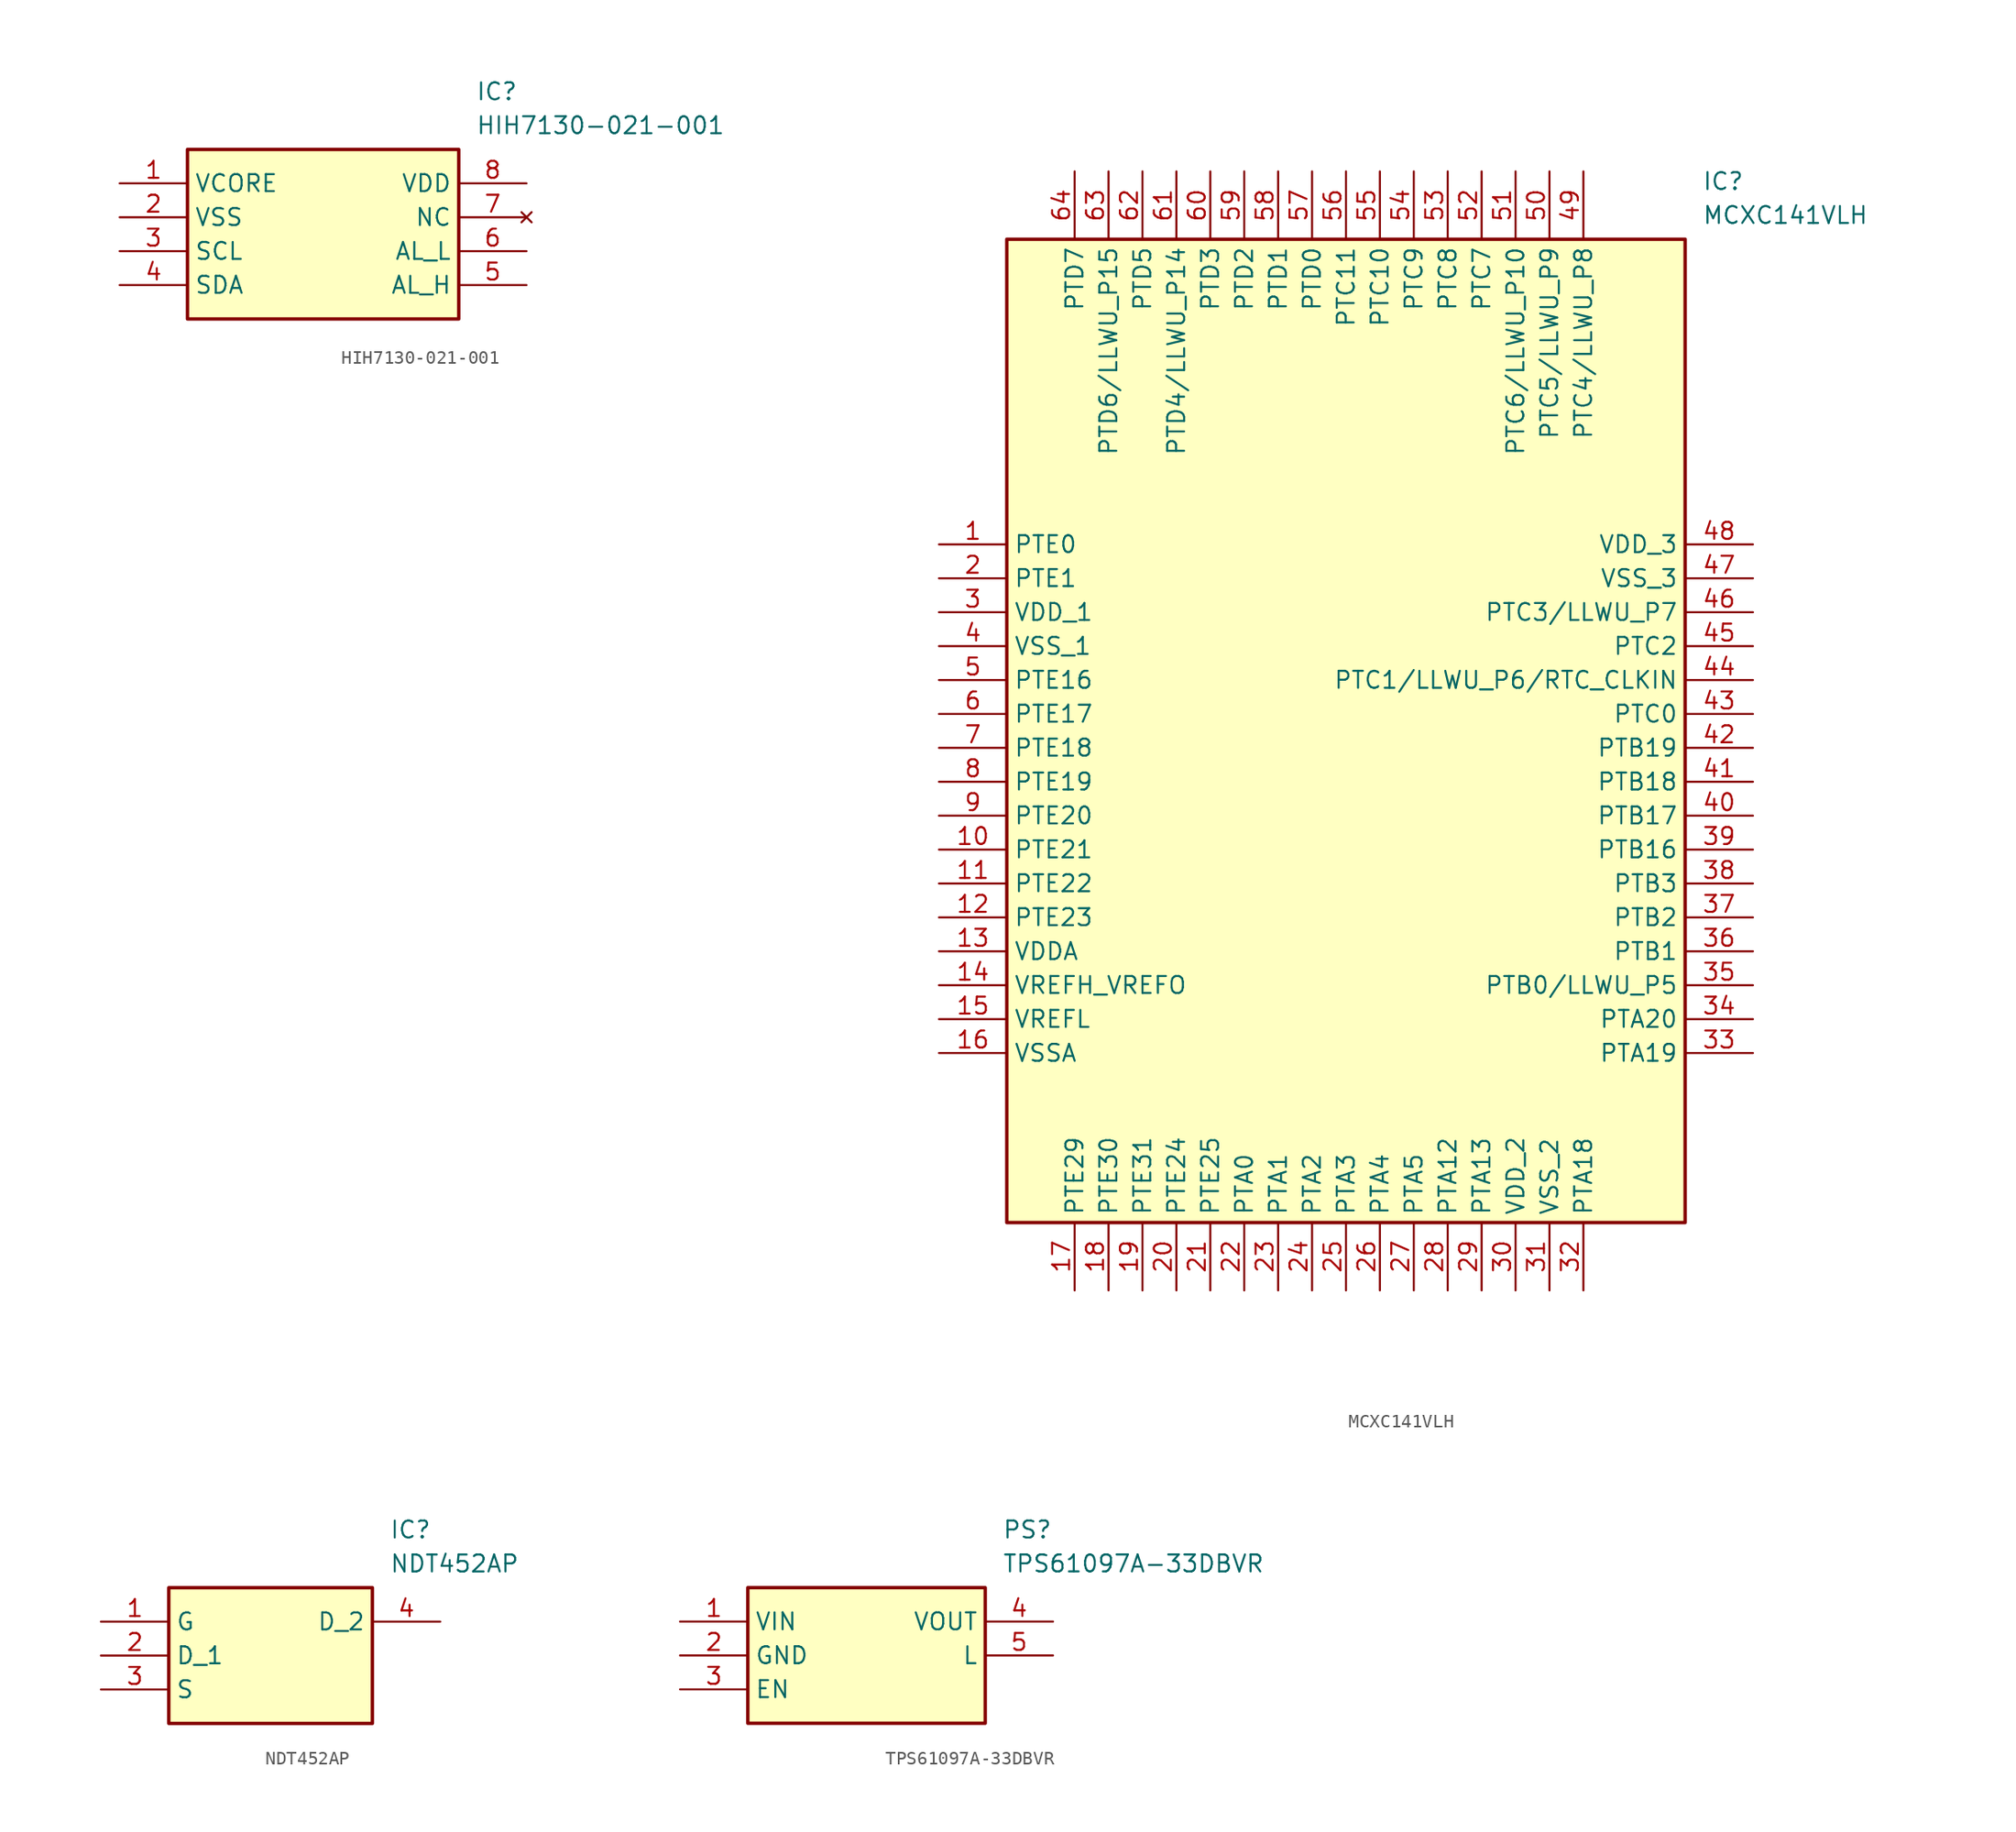
<source format=kicad_sym>
(kicad_symbol_lib
  (version 20231120)
  (generator "kicad_symbol_editor")
  (generator_version "8.0")
  (symbol "HIH7130-021-001"
    (property "Reference" "IC"
      (at 26.67 7.62 0)
      (effects (font (size 1.27 1.27)) (justify left top)))
    (property "Value" "HIH7130-021-001"
      (at 26.67 5.08 0)
      (effects (font (size 1.27 1.27)) (justify left top)))
    (symbol "HIH7130-021-001_1_1"
      (rectangle (start 5.08 2.54) (end 25.4 -10.16) (stroke (width 0.254) (type default)) (fill (type background)))
      (pin passive line (at 0 0 0) (length 5.08) (name "VCORE" (effects (font (size 1.27 1.27)))) (number "1" (effects (font (size 1.27 1.27)))))
      (pin passive line (at 0 -2.54 0) (length 5.08) (name "VSS" (effects (font (size 1.27 1.27)))) (number "2" (effects (font (size 1.27 1.27)))))
      (pin passive line (at 0 -5.08 0) (length 5.08) (name "SCL" (effects (font (size 1.27 1.27)))) (number "3" (effects (font (size 1.27 1.27)))))
      (pin passive line (at 0 -7.62 0) (length 5.08) (name "SDA" (effects (font (size 1.27 1.27)))) (number "4" (effects (font (size 1.27 1.27)))))
      (pin passive line (at 30.48 -7.62 180) (length 5.08) (name "AL_H" (effects (font (size 1.27 1.27)))) (number "5" (effects (font (size 1.27 1.27)))))
      (pin passive line (at 30.48 -5.08 180) (length 5.08) (name "AL_L" (effects (font (size 1.27 1.27)))) (number "6" (effects (font (size 1.27 1.27)))))
      (pin no_connect line (at 30.48 -2.54 180) (length 5.08) (name "NC" (effects (font (size 1.27 1.27)))) (number "7" (effects (font (size 1.27 1.27)))))
      (pin passive line (at 30.48 0 180) (length 5.08) (name "VDD" (effects (font (size 1.27 1.27)))) (number "8" (effects (font (size 1.27 1.27)))))))
  (symbol "MCXC141VLH"
    (property "Reference" "IC"
      (at 57.15 27.94 0)
      (effects (font (size 1.27 1.27)) (justify left top)))
    (property "Value" "MCXC141VLH"
      (at 57.15 25.4 0)
      (effects (font (size 1.27 1.27)) (justify left top)))
    (symbol "MCXC141VLH_1_1"
      (rectangle (start 5.08 22.86) (end 55.88 -50.8) (stroke (width 0.254) (type default)) (fill (type background)))
      (pin passive line (at 0 0 0) (length 5.08) (name "PTE0" (effects (font (size 1.27 1.27)))) (number "1" (effects (font (size 1.27 1.27)))))
      (pin passive line (at 0 -22.86 0) (length 5.08) (name "PTE21" (effects (font (size 1.27 1.27)))) (number "10" (effects (font (size 1.27 1.27)))))
      (pin passive line (at 0 -25.4 0) (length 5.08) (name "PTE22" (effects (font (size 1.27 1.27)))) (number "11" (effects (font (size 1.27 1.27)))))
      (pin passive line (at 0 -27.94 0) (length 5.08) (name "PTE23" (effects (font (size 1.27 1.27)))) (number "12" (effects (font (size 1.27 1.27)))))
      (pin passive line (at 0 -30.48 0) (length 5.08) (name "VDDA" (effects (font (size 1.27 1.27)))) (number "13" (effects (font (size 1.27 1.27)))))
      (pin passive line (at 0 -33.02 0) (length 5.08) (name "VREFH_VREFO" (effects (font (size 1.27 1.27)))) (number "14" (effects (font (size 1.27 1.27)))))
      (pin passive line (at 0 -35.56 0) (length 5.08) (name "VREFL" (effects (font (size 1.27 1.27)))) (number "15" (effects (font (size 1.27 1.27)))))
      (pin passive line (at 0 -38.1 0) (length 5.08) (name "VSSA" (effects (font (size 1.27 1.27)))) (number "16" (effects (font (size 1.27 1.27)))))
      (pin passive line (at 10.16 -55.88 90) (length 5.08) (name "PTE29" (effects (font (size 1.27 1.27)))) (number "17" (effects (font (size 1.27 1.27)))))
      (pin passive line (at 12.7 -55.88 90) (length 5.08) (name "PTE30" (effects (font (size 1.27 1.27)))) (number "18" (effects (font (size 1.27 1.27)))))
      (pin passive line (at 15.24 -55.88 90) (length 5.08) (name "PTE31" (effects (font (size 1.27 1.27)))) (number "19" (effects (font (size 1.27 1.27)))))
      (pin passive line (at 0 -2.54 0) (length 5.08) (name "PTE1" (effects (font (size 1.27 1.27)))) (number "2" (effects (font (size 1.27 1.27)))))
      (pin passive line (at 17.78 -55.88 90) (length 5.08) (name "PTE24" (effects (font (size 1.27 1.27)))) (number "20" (effects (font (size 1.27 1.27)))))
      (pin passive line (at 20.32 -55.88 90) (length 5.08) (name "PTE25" (effects (font (size 1.27 1.27)))) (number "21" (effects (font (size 1.27 1.27)))))
      (pin passive line (at 22.86 -55.88 90) (length 5.08) (name "PTA0" (effects (font (size 1.27 1.27)))) (number "22" (effects (font (size 1.27 1.27)))))
      (pin passive line (at 25.4 -55.88 90) (length 5.08) (name "PTA1" (effects (font (size 1.27 1.27)))) (number "23" (effects (font (size 1.27 1.27)))))
      (pin passive line (at 27.94 -55.88 90) (length 5.08) (name "PTA2" (effects (font (size 1.27 1.27)))) (number "24" (effects (font (size 1.27 1.27)))))
      (pin passive line (at 30.48 -55.88 90) (length 5.08) (name "PTA3" (effects (font (size 1.27 1.27)))) (number "25" (effects (font (size 1.27 1.27)))))
      (pin passive line (at 33.02 -55.88 90) (length 5.08) (name "PTA4" (effects (font (size 1.27 1.27)))) (number "26" (effects (font (size 1.27 1.27)))))
      (pin passive line (at 35.56 -55.88 90) (length 5.08) (name "PTA5" (effects (font (size 1.27 1.27)))) (number "27" (effects (font (size 1.27 1.27)))))
      (pin passive line (at 38.1 -55.88 90) (length 5.08) (name "PTA12" (effects (font (size 1.27 1.27)))) (number "28" (effects (font (size 1.27 1.27)))))
      (pin passive line (at 40.64 -55.88 90) (length 5.08) (name "PTA13" (effects (font (size 1.27 1.27)))) (number "29" (effects (font (size 1.27 1.27)))))
      (pin passive line (at 0 -5.08 0) (length 5.08) (name "VDD_1" (effects (font (size 1.27 1.27)))) (number "3" (effects (font (size 1.27 1.27)))))
      (pin passive line (at 43.18 -55.88 90) (length 5.08) (name "VDD_2" (effects (font (size 1.27 1.27)))) (number "30" (effects (font (size 1.27 1.27)))))
      (pin passive line (at 45.72 -55.88 90) (length 5.08) (name "VSS_2" (effects (font (size 1.27 1.27)))) (number "31" (effects (font (size 1.27 1.27)))))
      (pin passive line (at 48.26 -55.88 90) (length 5.08) (name "PTA18" (effects (font (size 1.27 1.27)))) (number "32" (effects (font (size 1.27 1.27)))))
      (pin passive line (at 60.96 -38.1 180) (length 5.08) (name "PTA19" (effects (font (size 1.27 1.27)))) (number "33" (effects (font (size 1.27 1.27)))))
      (pin passive line (at 60.96 -35.56 180) (length 5.08) (name "PTA20" (effects (font (size 1.27 1.27)))) (number "34" (effects (font (size 1.27 1.27)))))
      (pin passive line (at 60.96 -33.02 180) (length 5.08) (name "PTB0/LLWU_P5" (effects (font (size 1.27 1.27)))) (number "35" (effects (font (size 1.27 1.27)))))
      (pin passive line (at 60.96 -30.48 180) (length 5.08) (name "PTB1" (effects (font (size 1.27 1.27)))) (number "36" (effects (font (size 1.27 1.27)))))
      (pin passive line (at 60.96 -27.94 180) (length 5.08) (name "PTB2" (effects (font (size 1.27 1.27)))) (number "37" (effects (font (size 1.27 1.27)))))
      (pin passive line (at 60.96 -25.4 180) (length 5.08) (name "PTB3" (effects (font (size 1.27 1.27)))) (number "38" (effects (font (size 1.27 1.27)))))
      (pin passive line (at 60.96 -22.86 180) (length 5.08) (name "PTB16" (effects (font (size 1.27 1.27)))) (number "39" (effects (font (size 1.27 1.27)))))
      (pin passive line (at 0 -7.62 0) (length 5.08) (name "VSS_1" (effects (font (size 1.27 1.27)))) (number "4" (effects (font (size 1.27 1.27)))))
      (pin passive line (at 60.96 -20.32 180) (length 5.08) (name "PTB17" (effects (font (size 1.27 1.27)))) (number "40" (effects (font (size 1.27 1.27)))))
      (pin passive line (at 60.96 -17.78 180) (length 5.08) (name "PTB18" (effects (font (size 1.27 1.27)))) (number "41" (effects (font (size 1.27 1.27)))))
      (pin passive line (at 60.96 -15.24 180) (length 5.08) (name "PTB19" (effects (font (size 1.27 1.27)))) (number "42" (effects (font (size 1.27 1.27)))))
      (pin passive line (at 60.96 -12.7 180) (length 5.08) (name "PTC0" (effects (font (size 1.27 1.27)))) (number "43" (effects (font (size 1.27 1.27)))))
      (pin passive line (at 60.96 -10.16 180) (length 5.08) (name "PTC1/LLWU_P6/RTC_CLKIN" (effects (font (size 1.27 1.27)))) (number "44" (effects (font (size 1.27 1.27)))))
      (pin passive line (at 60.96 -7.62 180) (length 5.08) (name "PTC2" (effects (font (size 1.27 1.27)))) (number "45" (effects (font (size 1.27 1.27)))))
      (pin passive line (at 60.96 -5.08 180) (length 5.08) (name "PTC3/LLWU_P7" (effects (font (size 1.27 1.27)))) (number "46" (effects (font (size 1.27 1.27)))))
      (pin passive line (at 60.96 -2.54 180) (length 5.08) (name "VSS_3" (effects (font (size 1.27 1.27)))) (number "47" (effects (font (size 1.27 1.27)))))
      (pin passive line (at 60.96 0 180) (length 5.08) (name "VDD_3" (effects (font (size 1.27 1.27)))) (number "48" (effects (font (size 1.27 1.27)))))
      (pin passive line (at 48.26 27.94 270) (length 5.08) (name "PTC4/LLWU_P8" (effects (font (size 1.27 1.27)))) (number "49" (effects (font (size 1.27 1.27)))))
      (pin passive line (at 0 -10.16 0) (length 5.08) (name "PTE16" (effects (font (size 1.27 1.27)))) (number "5" (effects (font (size 1.27 1.27)))))
      (pin passive line (at 45.72 27.94 270) (length 5.08) (name "PTC5/LLWU_P9" (effects (font (size 1.27 1.27)))) (number "50" (effects (font (size 1.27 1.27)))))
      (pin passive line (at 43.18 27.94 270) (length 5.08) (name "PTC6/LLWU_P10" (effects (font (size 1.27 1.27)))) (number "51" (effects (font (size 1.27 1.27)))))
      (pin passive line (at 40.64 27.94 270) (length 5.08) (name "PTC7" (effects (font (size 1.27 1.27)))) (number "52" (effects (font (size 1.27 1.27)))))
      (pin passive line (at 38.1 27.94 270) (length 5.08) (name "PTC8" (effects (font (size 1.27 1.27)))) (number "53" (effects (font (size 1.27 1.27)))))
      (pin passive line (at 35.56 27.94 270) (length 5.08) (name "PTC9" (effects (font (size 1.27 1.27)))) (number "54" (effects (font (size 1.27 1.27)))))
      (pin passive line (at 33.02 27.94 270) (length 5.08) (name "PTC10" (effects (font (size 1.27 1.27)))) (number "55" (effects (font (size 1.27 1.27)))))
      (pin passive line (at 30.48 27.94 270) (length 5.08) (name "PTC11" (effects (font (size 1.27 1.27)))) (number "56" (effects (font (size 1.27 1.27)))))
      (pin passive line (at 27.94 27.94 270) (length 5.08) (name "PTD0" (effects (font (size 1.27 1.27)))) (number "57" (effects (font (size 1.27 1.27)))))
      (pin passive line (at 25.4 27.94 270) (length 5.08) (name "PTD1" (effects (font (size 1.27 1.27)))) (number "58" (effects (font (size 1.27 1.27)))))
      (pin passive line (at 22.86 27.94 270) (length 5.08) (name "PTD2" (effects (font (size 1.27 1.27)))) (number "59" (effects (font (size 1.27 1.27)))))
      (pin passive line (at 0 -12.7 0) (length 5.08) (name "PTE17" (effects (font (size 1.27 1.27)))) (number "6" (effects (font (size 1.27 1.27)))))
      (pin passive line (at 20.32 27.94 270) (length 5.08) (name "PTD3" (effects (font (size 1.27 1.27)))) (number "60" (effects (font (size 1.27 1.27)))))
      (pin passive line (at 17.78 27.94 270) (length 5.08) (name "PTD4/LLWU_P14" (effects (font (size 1.27 1.27)))) (number "61" (effects (font (size 1.27 1.27)))))
      (pin passive line (at 15.24 27.94 270) (length 5.08) (name "PTD5" (effects (font (size 1.27 1.27)))) (number "62" (effects (font (size 1.27 1.27)))))
      (pin passive line (at 12.7 27.94 270) (length 5.08) (name "PTD6/LLWU_P15" (effects (font (size 1.27 1.27)))) (number "63" (effects (font (size 1.27 1.27)))))
      (pin passive line (at 10.16 27.94 270) (length 5.08) (name "PTD7" (effects (font (size 1.27 1.27)))) (number "64" (effects (font (size 1.27 1.27)))))
      (pin passive line (at 0 -15.24 0) (length 5.08) (name "PTE18" (effects (font (size 1.27 1.27)))) (number "7" (effects (font (size 1.27 1.27)))))
      (pin passive line (at 0 -17.78 0) (length 5.08) (name "PTE19" (effects (font (size 1.27 1.27)))) (number "8" (effects (font (size 1.27 1.27)))))
      (pin passive line (at 0 -20.32 0) (length 5.08) (name "PTE20" (effects (font (size 1.27 1.27)))) (number "9" (effects (font (size 1.27 1.27)))))))
  (symbol "NDT452AP"
    (property "Reference" "IC"
      (at 21.59 7.62 0)
      (effects (font (size 1.27 1.27)) (justify left top)))
    (property "Value" "NDT452AP"
      (at 21.59 5.08 0)
      (effects (font (size 1.27 1.27)) (justify left top)))
    (symbol "NDT452AP_1_1"
      (rectangle (start 5.08 2.54) (end 20.32 -7.62) (stroke (width 0.254) (type default)) (fill (type background)))
      (pin passive line (at 0 0 0) (length 5.08) (name "G" (effects (font (size 1.27 1.27)))) (number "1" (effects (font (size 1.27 1.27)))))
      (pin passive line (at 0 -2.54 0) (length 5.08) (name "D_1" (effects (font (size 1.27 1.27)))) (number "2" (effects (font (size 1.27 1.27)))))
      (pin passive line (at 0 -5.08 0) (length 5.08) (name "S" (effects (font (size 1.27 1.27)))) (number "3" (effects (font (size 1.27 1.27)))))
      (pin passive line (at 25.4 0 180) (length 5.08) (name "D_2" (effects (font (size 1.27 1.27)))) (number "4" (effects (font (size 1.27 1.27)))))))
  (symbol "TPS61097A-33DBVR"
    (property "Reference" "PS"
      (at 24.13 7.62 0)
      (effects (font (size 1.27 1.27)) (justify left top)))
    (property "Value" "TPS61097A-33DBVR"
      (at 24.13 5.08 0)
      (effects (font (size 1.27 1.27)) (justify left top)))
    (symbol "TPS61097A-33DBVR_1_1"
      (rectangle (start 5.08 2.54) (end 22.86 -7.62) (stroke (width 0.254) (type default)) (fill (type background)))
      (pin power_in line (at 0 0 0) (length 5.08) (name "VIN" (effects (font (size 1.27 1.27)))) (number "1" (effects (font (size 1.27 1.27)))))
      (pin power_in line (at 0 -2.54 0) (length 5.08) (name "GND" (effects (font (size 1.27 1.27)))) (number "2" (effects (font (size 1.27 1.27)))))
      (pin input line (at 0 -5.08 0) (length 5.08) (name "EN" (effects (font (size 1.27 1.27)))) (number "3" (effects (font (size 1.27 1.27)))))
      (pin output line (at 27.94 0 180) (length 5.08) (name "VOUT" (effects (font (size 1.27 1.27)))) (number "4" (effects (font (size 1.27 1.27)))))
      (pin input line (at 27.94 -2.54 180) (length 5.08) (name "L" (effects (font (size 1.27 1.27)))) (number "5" (effects (font (size 1.27 1.27))))))))
</source>
